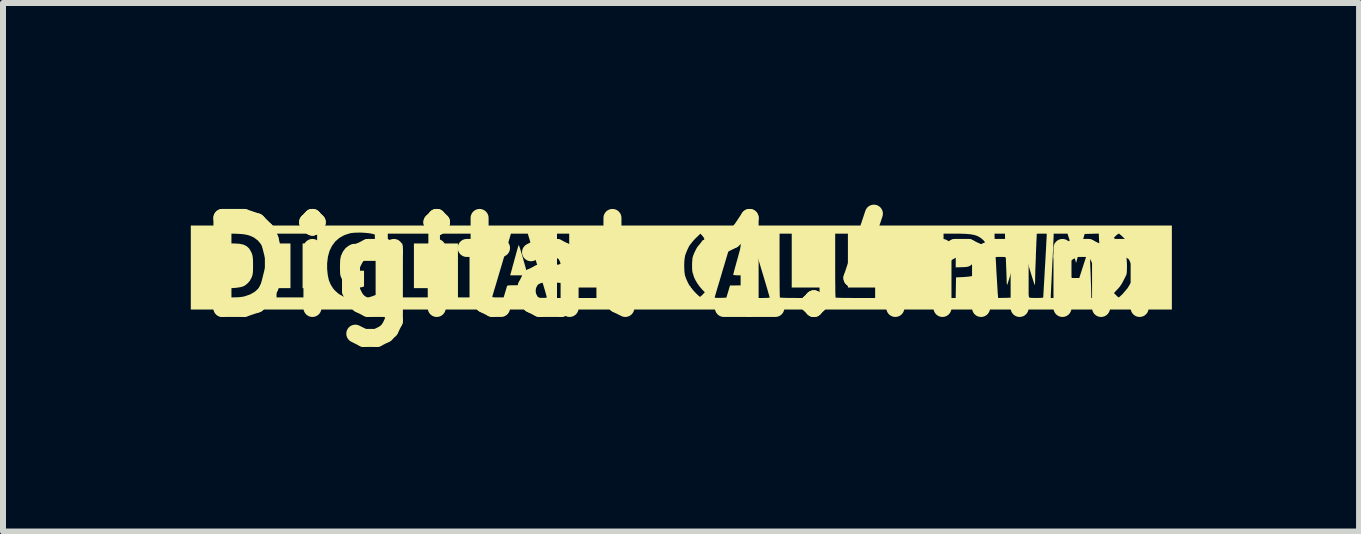
<source format=kicad_pcb>
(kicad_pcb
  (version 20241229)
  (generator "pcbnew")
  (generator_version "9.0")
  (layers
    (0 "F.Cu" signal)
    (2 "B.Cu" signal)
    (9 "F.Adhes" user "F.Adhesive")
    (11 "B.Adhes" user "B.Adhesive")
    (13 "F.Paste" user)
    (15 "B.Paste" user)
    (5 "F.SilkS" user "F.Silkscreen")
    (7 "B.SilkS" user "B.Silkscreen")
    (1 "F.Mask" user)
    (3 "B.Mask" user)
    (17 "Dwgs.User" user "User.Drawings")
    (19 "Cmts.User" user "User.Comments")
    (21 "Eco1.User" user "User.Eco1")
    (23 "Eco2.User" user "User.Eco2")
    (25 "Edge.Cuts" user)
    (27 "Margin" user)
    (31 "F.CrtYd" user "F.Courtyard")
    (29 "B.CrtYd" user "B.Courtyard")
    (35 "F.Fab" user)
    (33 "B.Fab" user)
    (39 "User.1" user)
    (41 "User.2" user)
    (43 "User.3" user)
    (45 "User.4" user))
  (footprint "Digital 1.4mm"
    (layer "F.Cu")
    (at 8.3 1.404)
    (property "Reference" "Digital 1.4mm" (at 0 0 0) (layer "F.SilkS") (effects (font (size 1.5 1.5) (thickness 0.3))))
    (attr board_only exclude_from_pos_files exclude_from_bom)
    (fp_poly (pts (xy 4.682 -0.394) (xy 4.731 -0.392) (xy 4.767 -0.388) (xy 4.793 -0.383) (xy 4.815 -0.373) (xy 4.827 -0.367) (xy 4.867 -0.339) (xy 4.893 -0.304) (xy 4.907 -0.26) (xy 4.911 -0.203) (xy 4.906 -0.143) (xy 4.89 -0.096) (xy 4.861 -0.058) (xy 4.826 -0.031) (xy 4.807 -0.019) (xy 4.787 -0.011) (xy 4.763 -0.006) (xy 4.729 -0.003) (xy 4.682 -0.001) (xy 4.578 0.002) (xy 4.578 -0.198) (xy 4.578 -0.398)) (stroke (width 0) (type solid)) (fill yes) (layer "F.SilkS"))
    (fp_poly (pts (xy -2.702 -0.365) (xy -2.694 -0.344) (xy -2.682 -0.309) (xy -2.667 -0.261) (xy -2.65 -0.204) (xy -2.631 -0.138) (xy -2.611 -0.067) (xy -2.59 0.008) (xy -2.57 0.084) (xy -2.563 0.113) (xy -2.557 0.135) (xy -2.702 0.135) (xy -2.848 0.135) (xy -2.828 0.065) (xy -2.819 0.033) (xy -2.807 -0.014) (xy -2.791 -0.07) (xy -2.775 -0.131) (xy -2.761 -0.179) (xy -2.746 -0.235) (xy -2.732 -0.285) (xy -2.72 -0.327) (xy -2.711 -0.356) (xy -2.707 -0.37)) (stroke (width 0) (type solid)) (fill yes) (layer "F.SilkS"))
    (fp_poly (pts (xy -7.357 -0.391) (xy -7.292 -0.377) (xy -7.24 -0.351) (xy -7.198 -0.313) (xy -7.167 -0.261) (xy -7.156 -0.237) (xy -7.147 -0.212) (xy -7.141 -0.188) (xy -7.137 -0.16) (xy -7.134 -0.125) (xy -7.133 -0.078) (xy -7.133 -0.034) (xy -7.133 0.024) (xy -7.134 0.067) (xy -7.137 0.099) (xy -7.141 0.125) (xy -7.148 0.148) (xy -7.155 0.168) (xy -7.187 0.227) (xy -7.231 0.276) (xy -7.281 0.312) (xy -7.307 0.322) (xy -7.339 0.331) (xy -7.382 0.338) (xy -7.429 0.344) (xy -7.444 0.345) (xy -7.533 0.351) (xy -7.533 -0.023) (xy -7.533 -0.396) (xy -7.438 -0.396)) (stroke (width 0) (type solid)) (fill yes) (layer "F.SilkS"))
    (fp_poly (pts (xy 1.014 -0.364) (xy 1.021 -0.339) (xy 1.032 -0.3) (xy 1.046 -0.252) (xy 1.062 -0.197) (xy 1.078 -0.139) (xy 1.094 -0.079) (xy 1.11 -0.022) (xy 1.124 0.03) (xy 1.136 0.073) (xy 1.144 0.106) (xy 1.149 0.125) (xy 1.149 0.128) (xy 1.14 0.13) (xy 1.115 0.133) (xy 1.078 0.134) (xy 1.031 0.135) (xy 1.009 0.135) (xy 0.955 0.135) (xy 0.912 0.133) (xy 0.882 0.13) (xy 0.87 0.127) (xy 0.869 0.126) (xy 0.872 0.114) (xy 0.879 0.087) (xy 0.889 0.046) (xy 0.903 -0.004) (xy 0.919 -0.062) (xy 0.926 -0.089) (xy 0.944 -0.152) (xy 0.96 -0.211) (xy 0.974 -0.263) (xy 0.986 -0.304) (xy 0.993 -0.331) (xy 0.995 -0.337) (xy 1.002 -0.361) (xy 1.008 -0.374) (xy 1.01 -0.374)) (stroke (width 0) (type solid)) (fill yes) (layer "F.SilkS"))
    (fp_poly (pts (xy 8.18 0.005) (xy 8.18 0.705) (xy 0.005 0.705) (xy -8.17 0.705) (xy -8.17 0.005) (xy -8.17 -0.56) (xy -7.726 -0.56) (xy -7.726 -0.029) (xy -7.726 0.502) (xy -7.535 0.502) (xy -7.464 0.502) (xy -7.408 0.501) (xy -7.364 0.499) (xy -7.329 0.495) (xy -7.298 0.49) (xy -7.268 0.483) (xy -7.181 0.453) (xy -7.107 0.411) (xy -7.048 0.359) (xy -6.998 0.296) (xy -6.961 0.226) (xy -6.936 0.145) (xy -6.921 0.051) (xy -6.918 0.005) (xy -6.919 -0.11) (xy -6.932 -0.212) (xy -6.959 -0.303) (xy -6.998 -0.38) (xy -7.049 -0.443) (xy -7.113 -0.492) (xy -7.138 -0.505) (xy -7.177 -0.523) (xy -7.219 -0.536) (xy -7.265 -0.546) (xy -7.318 -0.553) (xy -7.383 -0.557) (xy -7.462 -0.56) (xy -7.526 -0.56) (xy -7.726 -0.56) (xy -6.741 -0.56) (xy -6.741 -0.478) (xy -6.741 -0.396) (xy -6.625 -0.396) (xy -6.509 -0.396) (xy -6.509 -0.024) (xy -6.509 0.348) (xy -6.625 0.348) (xy -6.741 0.348) (xy -6.741 0.425) (xy -6.741 0.502) (xy -6.403 0.502) (xy -6.065 0.502) (xy -6.065 0.425) (xy -6.065 0.348) (xy -6.186 0.348) (xy -6.307 0.348) (xy -6.307 -0.024) (xy -6.307 -0.067) (xy -5.898 -0.067) (xy -5.898 0.029) (xy -5.888 0.128) (xy -5.87 0.213) (xy -5.84 0.286) (xy -5.8 0.351) (xy -5.768 0.388) (xy -5.705 0.444) (xy -5.634 0.484) (xy -5.553 0.511) (xy -5.461 0.523) (xy -5.356 0.523) (xy -5.256 0.511) (xy -5.212 0.502) (xy -5.166 0.49) (xy -5.142 0.482) (xy -5.09 0.462) (xy -5.09 0.178) (xy -5.09 -0.106) (xy -5.278 -0.106) (xy -5.466 -0.106) (xy -5.466 -0.03) (xy -5.466 0.046) (xy -5.43 0.052) (xy -5.399 0.055) (xy -5.36 0.057) (xy -5.338 0.058) (xy -5.283 0.058) (xy -5.283 0.189) (xy -5.283 0.319) (xy -5.308 0.329) (xy -5.33 0.334) (xy -5.365 0.338) (xy -5.404 0.339) (xy -5.407 0.339) (xy -5.482 0.334) (xy -5.543 0.314) (xy -5.593 0.28) (xy -5.634 0.23) (xy -5.653 0.194) (xy -5.665 0.168) (xy -5.674 0.146) (xy -5.679 0.124) (xy -5.682 0.097) (xy -5.683 0.061) (xy -5.684 0.011) (xy -5.684 -0.005) (xy -5.683 -0.067) (xy -5.681 -0.115) (xy -5.676 -0.152) (xy -5.669 -0.182) (xy -5.666 -0.193) (xy -5.634 -0.263) (xy -5.59 -0.32) (xy -5.534 -0.362) (xy -5.533 -0.362) (xy -5.51 -0.374) (xy -5.49 -0.383) (xy -5.468 -0.388) (xy -5.44 -0.39) (xy -5.401 -0.391) (xy -5.365 -0.391) (xy -5.273 -0.387) (xy -5.195 -0.375) (xy -5.125 -0.355) (xy -5.114 -0.351) (xy -5.107 -0.351) (xy -5.103 -0.358) (xy -5.101 -0.375) (xy -5.101 -0.406) (xy -5.101 -0.446) (xy -5.104 -0.546) (xy -5.152 -0.559) (xy -5.161 -0.56) (xy -4.887 -0.56) (xy -4.887 -0.478) (xy -4.887 -0.396) (xy -4.766 -0.396) (xy -4.645 -0.396) (xy -4.648 -0.027) (xy -4.65 0.343) (xy -4.769 0.346) (xy -4.887 0.348) (xy -4.887 0.425) (xy -4.887 0.502) (xy -4.549 0.502) (xy -4.211 0.502) (xy -4.211 0.425) (xy -4.211 0.348) (xy -4.332 0.348) (xy -4.452 0.348) (xy -4.452 -0.024) (xy -4.452 -0.396) (xy -4.332 -0.396) (xy -4.211 -0.396) (xy -4.211 -0.478) (xy -4.211 -0.56) (xy -4.018 -0.56) (xy -4.018 -0.478) (xy -4.018 -0.396) (xy -3.868 -0.396) (xy -3.718 -0.396) (xy -3.718 0.053) (xy -3.718 0.502) (xy -3.622 0.502) (xy -3.525 0.502) (xy -3.525 0.49) (xy -3.146 0.49) (xy -3.143 0.496) (xy -3.128 0.5) (xy -3.099 0.502) (xy -3.053 0.502) (xy -2.956 0.502) (xy -2.931 0.418) (xy -2.919 0.378) (xy -2.909 0.344) (xy -2.902 0.321) (xy -2.901 0.316) (xy -2.898 0.31) (xy -2.89 0.306) (xy -2.876 0.303) (xy -2.853 0.301) (xy -2.818 0.3) (xy -2.768 0.3) (xy -2.704 0.299) (xy -2.638 0.3) (xy -2.589 0.3) (xy -2.555 0.301) (xy -2.532 0.303) (xy -2.518 0.306) (xy -2.51 0.311) (xy -2.507 0.316) (xy -2.489 0.379) (xy -2.475 0.426) (xy -2.464 0.459) (xy -2.455 0.481) (xy -2.447 0.494) (xy -2.439 0.501) (xy -2.43 0.504) (xy -2.421 0.505) (xy -2.388 0.508) (xy -2.35 0.51) (xy -2.31 0.51) (xy -2.275 0.51) (xy -2.25 0.508) (xy -2.238 0.505) (xy -2.238 0.505) (xy -2.239 0.494) (xy -2.246 0.467) (xy -2.257 0.426) (xy -2.272 0.374) (xy -2.29 0.313) (xy -2.311 0.245) (xy -2.319 0.217) (xy -2.346 0.13) (xy -2.375 0.033) (xy -2.406 -0.067) (xy -2.435 -0.165) (xy -2.462 -0.254) (xy -2.479 -0.311) (xy -2.554 -0.56) (xy -2.067 -0.56) (xy -2.067 -0.024) (xy -2.067 0.512) (xy -1.738 0.512) (xy -1.41 0.512) (xy -1.41 0.505) (xy 0.56 0.505) (xy 0.569 0.508) (xy 0.593 0.51) (xy 0.629 0.51) (xy 0.658 0.51) (xy 0.755 0.507) (xy 0.786 0.406) (xy 0.816 0.304) (xy 1.006 0.302) (xy 1.197 0.299) (xy 1.217 0.369) (xy 1.229 0.409) (xy 1.24 0.448) (xy 1.248 0.475) (xy 1.248 0.476) (xy 1.259 0.512) (xy 1.368 0.512) (xy 1.412 0.511) (xy 1.447 0.51) (xy 1.47 0.507) (xy 1.478 0.505) (xy 1.475 0.494) (xy 1.467 0.467) (xy 1.455 0.425) (xy 1.439 0.369) (xy 1.419 0.301) (xy 1.396 0.224) (xy 1.37 0.137) (xy 1.342 0.044) (xy 1.32 -0.029) (xy 1.163 -0.555) (xy 1.019 -0.555) (xy 0.875 -0.555) (xy 0.718 -0.029) (xy 0.689 0.068) (xy 0.662 0.16) (xy 0.637 0.244) (xy 0.614 0.319) (xy 0.595 0.384) (xy 0.58 0.437) (xy 0.568 0.476) (xy 0.562 0.499) (xy 0.56 0.505) (xy -1.41 0.505) (xy -1.41 0.425) (xy -1.41 0.338) (xy -1.637 0.338) (xy -1.864 0.338) (xy -1.864 -0.04) (xy 0.053 -0.04) (xy 0.054 0.02) (xy 0.057 0.076) (xy 0.063 0.121) (xy 0.067 0.14) (xy 0.079 0.174) (xy 0.094 0.212) (xy 0.111 0.249) (xy 0.128 0.282) (xy 0.143 0.307) (xy 0.153 0.318) (xy 0.154 0.319) (xy 0.163 0.327) (xy 0.164 0.333) (xy 0.169 0.346) (xy 0.174 0.348) (xy 0.183 0.355) (xy 0.183 0.358) (xy 0.19 0.368) (xy 0.207 0.388) (xy 0.23 0.414) (xy 0.257 0.441) (xy 0.282 0.465) (xy 0.303 0.484) (xy 0.316 0.492) (xy 0.317 0.493) (xy 0.327 0.486) (xy 0.346 0.469) (xy 0.36 0.455) (xy 0.396 0.417) (xy 0.351 0.37) (xy 0.312 0.325) (xy 0.275 0.274) (xy 0.244 0.222) (xy 0.221 0.176) (xy 0.213 0.155) (xy 0.204 0.123) (xy 0.195 0.096) (xy 0.192 0.089) (xy 0.188 0.066) (xy 0.185 0.03) (xy 0.184 -0.015) (xy 0.184 -0.063) (xy 0.187 -0.109) (xy 0.19 -0.147) (xy 0.194 -0.168) (xy 0.205 -0.201) (xy 0.221 -0.24) (xy 0.24 -0.28) (xy 0.259 -0.316) (xy 0.275 -0.342) (xy 0.28 -0.348) (xy 0.296 -0.367) (xy 0.316 -0.391) (xy 0.336 -0.417) (xy 0.351 -0.437) (xy 0.356 -0.446) (xy 0.367 -0.453) (xy 0.372 -0.454) (xy 0.386 -0.46) (xy 0.387 -0.476) (xy 0.374 -0.501) (xy 0.359 -0.52) (xy 0.323 -0.56) (xy 0.265 -0.504) (xy 0.233 -0.473) (xy 0.203 -0.44) (xy 0.181 -0.413) (xy 0.179 -0.41) (xy 0.161 -0.387) (xy 0.148 -0.371) (xy 0.144 -0.367) (xy 0.136 -0.354) (xy 0.123 -0.328) (xy 0.107 -0.294) (xy 0.091 -0.257) (xy 0.077 -0.22) (xy 0.067 -0.191) (xy 0.067 -0.188) (xy 0.06 -0.15) (xy 0.055 -0.099) (xy 0.053 -0.04) (xy -1.864 -0.04) (xy -1.864 -0.111) (xy -1.864 -0.56) (xy 1.642 -0.56) (xy 1.642 -0.031) (xy 1.642 0.069) (xy 1.642 0.162) (xy 1.643 0.248) (xy 1.643 0.325) (xy 1.644 0.39) (xy 1.645 0.442) (xy 1.646 0.48) (xy 1.648 0.501) (xy 1.648 0.505) (xy 1.659 0.507) (xy 1.687 0.508) (xy 1.73 0.51) (xy 1.785 0.511) (xy 1.85 0.511) (xy 1.923 0.512) (xy 1.981 0.512) (xy 2.308 0.512) (xy 2.308 0.425) (xy 2.308 0.338) (xy 2.076 0.338) (xy 1.845 0.338) (xy 1.845 -0.111) (xy 1.845 -0.56) (xy 2.569 -0.56) (xy 2.569 -0.031) (xy 2.569 0.069) (xy 2.569 0.162) (xy 2.57 0.248) (xy 2.571 0.325) (xy 2.571 0.39) (xy 2.572 0.442) (xy 2.574 0.48) (xy 2.575 0.501) (xy 2.575 0.505) (xy 2.586 0.507) (xy 2.614 0.508) (xy 2.657 0.51) (xy 2.712 0.511) (xy 2.777 0.511) (xy 2.85 0.512) (xy 2.909 0.512) (xy 3.235 0.512) (xy 3.235 0.425) (xy 3.235 0.338) (xy 3.008 0.338) (xy 2.781 0.338) (xy 2.781 -0.111) (xy 2.781 -0.56) (xy 4.375 -0.56) (xy 4.375 -0.031) (xy 4.375 0.069) (xy 4.375 0.162) (xy 4.376 0.248) (xy 4.377 0.325) (xy 4.377 0.39) (xy 4.378 0.442) (xy 4.38 0.48) (xy 4.381 0.501) (xy 4.381 0.505) (xy 4.393 0.508) (xy 4.42 0.51) (xy 4.457 0.512) (xy 4.483 0.512) (xy 4.577 0.512) (xy 4.58 0.34) (xy 4.583 0.169) (xy 4.708 0.163) (xy 4.785 0.157) (xy 4.847 0.148) (xy 4.899 0.132) (xy 4.945 0.11) (xy 4.99 0.079) (xy 4.996 0.073) (xy 5.047 0.021) (xy 5.085 -0.041) (xy 5.111 -0.11) (xy 5.124 -0.183) (xy 5.124 -0.256) (xy 5.111 -0.326) (xy 5.085 -0.39) (xy 5.045 -0.445) (xy 5.032 -0.457) (xy 4.997 -0.487) (xy 4.96 -0.51) (xy 4.92 -0.528) (xy 4.917 -0.529) (xy 5.225 -0.529) (xy 5.225 -0.512) (xy 5.227 -0.477) (xy 5.229 -0.429) (xy 5.232 -0.368) (xy 5.236 -0.297) (xy 5.24 -0.219) (xy 5.245 -0.136) (xy 5.25 -0.051) (xy 5.254 0.035) (xy 5.259 0.119) (xy 5.264 0.199) (xy 5.268 0.271) (xy 5.272 0.335) (xy 5.275 0.386) (xy 5.277 0.424) (xy 5.279 0.442) (xy 5.285 0.512) (xy 5.396 0.51) (xy 5.508 0.507) (xy 5.564 0.324) (xy 5.582 0.263) (xy 5.599 0.206) (xy 5.614 0.155) (xy 5.625 0.115) (xy 5.632 0.089) (xy 5.632 0.089) (xy 5.639 0.06) (xy 5.646 0.04) (xy 5.649 0.034) (xy 5.653 0.042) (xy 5.662 0.066) (xy 5.675 0.103) (xy 5.69 0.152) (xy 5.708 0.209) (xy 5.721 0.254) (xy 5.74 0.318) (xy 5.758 0.376) (xy 5.773 0.425) (xy 5.785 0.463) (xy 5.794 0.488) (xy 5.796 0.495) (xy 5.802 0.502) (xy 5.814 0.507) (xy 5.834 0.51) (xy 5.866 0.511) (xy 5.914 0.512) (xy 5.921 0.512) (xy 6.162 0.512) (xy 6.243 0.512) (xy 6.324 0.512) (xy 6.329 0.452) (xy 6.331 0.426) (xy 6.333 0.385) (xy 6.335 0.331) (xy 6.337 0.266) (xy 6.339 0.194) (xy 6.341 0.117) (xy 6.341 0.097) (xy 6.343 0.019) (xy 6.345 -0.055) (xy 6.347 -0.123) (xy 6.35 -0.182) (xy 6.352 -0.229) (xy 6.353 -0.26) (xy 6.354 -0.266) (xy 6.36 -0.333) (xy 6.433 -0.077) (xy 6.507 0.179) (xy 6.572 0.179) (xy 6.637 0.179) (xy 6.72 -0.079) (xy 6.742 -0.146) (xy 6.761 -0.206) (xy 6.778 -0.257) (xy 6.792 -0.297) (xy 6.802 -0.323) (xy 6.807 -0.333) (xy 6.807 -0.334) (xy 6.808 -0.324) (xy 6.809 -0.297) (xy 6.811 -0.255) (xy 6.814 -0.202) (xy 6.816 -0.139) (xy 6.819 -0.069) (xy 6.822 0.006) (xy 6.825 0.083) (xy 6.828 0.16) (xy 6.83 0.235) (xy 6.833 0.304) (xy 6.835 0.366) (xy 6.836 0.419) (xy 6.837 0.459) (xy 6.837 0.476) (xy 6.838 0.512) (xy 6.925 0.512) (xy 7.012 0.512) (xy 7.011 0.471) (xy 7.011 0.453) (xy 7.01 0.418) (xy 7.007 0.368) (xy 7.004 0.305) (xy 7.001 0.231) (xy 6.997 0.148) (xy 6.992 0.058) (xy 6.988 -0.037) (xy 6.987 -0.039) (xy 6.983 -0.133) (xy 6.978 -0.222) (xy 6.974 -0.303) (xy 6.971 -0.376) (xy 6.968 -0.437) (xy 6.965 -0.485) (xy 6.965 -0.491) (xy 7.213 -0.491) (xy 7.247 -0.456) (xy 7.275 -0.427) (xy 7.302 -0.397) (xy 7.31 -0.388) (xy 7.331 -0.359) (xy 7.355 -0.318) (xy 7.38 -0.27) (xy 7.402 -0.221) (xy 7.419 -0.179) (xy 7.424 -0.152) (xy 7.428 -0.112) (xy 7.431 -0.064) (xy 7.432 -0.013) (xy 7.431 0.037) (xy 7.429 0.08) (xy 7.425 0.113) (xy 7.421 0.127) (xy 7.391 0.188) (xy 7.367 0.235) (xy 7.347 0.272) (xy 7.328 0.301) (xy 7.309 0.327) (xy 7.287 0.353) (xy 7.277 0.363) (xy 7.215 0.43) (xy 7.251 0.466) (xy 7.272 0.487) (xy 7.289 0.5) (xy 7.295 0.502) (xy 7.305 0.496) (xy 7.325 0.478) (xy 7.352 0.453) (xy 7.365 0.439) (xy 7.442 0.348) (xy 7.501 0.251) (xy 7.542 0.148) (xy 7.565 0.041) (xy 7.57 -0.068) (xy 7.56 -0.153) (xy 7.554 -0.187) (xy 7.547 -0.214) (xy 7.541 -0.226) (xy 7.535 -0.243) (xy 7.533 -0.258) (xy 7.53 -0.275) (xy 7.525 -0.28) (xy 7.517 -0.288) (xy 7.505 -0.309) (xy 7.497 -0.326) (xy 7.481 -0.358) (xy 7.464 -0.386) (xy 7.457 -0.395) (xy 7.443 -0.413) (xy 7.436 -0.424) (xy 7.436 -0.424) (xy 7.43 -0.435) (xy 7.412 -0.455) (xy 7.388 -0.48) (xy 7.361 -0.507) (xy 7.334 -0.532) (xy 7.312 -0.551) (xy 7.299 -0.56) (xy 7.297 -0.56) (xy 7.283 -0.554) (xy 7.261 -0.538) (xy 7.248 -0.526) (xy 7.213 -0.491) (xy 6.965 -0.491) (xy 6.964 -0.518) (xy 6.963 -0.534) (xy 6.963 -0.534) (xy 6.963 -0.561) (xy 6.845 -0.558) (xy 6.727 -0.555) (xy 6.667 -0.357) (xy 6.648 -0.296) (xy 6.631 -0.238) (xy 6.616 -0.187) (xy 6.604 -0.146) (xy 6.596 -0.12) (xy 6.595 -0.116) (xy 6.584 -0.072) (xy 6.57 -0.121) (xy 6.561 -0.153) (xy 6.549 -0.196) (xy 6.536 -0.242) (xy 6.532 -0.256) (xy 6.519 -0.303) (xy 6.502 -0.36) (xy 6.485 -0.419) (xy 6.475 -0.452) (xy 6.441 -0.56) (xy 6.325 -0.56) (xy 6.21 -0.56) (xy 6.21 -0.529) (xy 6.209 -0.513) (xy 6.208 -0.48) (xy 6.206 -0.432) (xy 6.203 -0.37) (xy 6.2 -0.297) (xy 6.196 -0.215) (xy 6.191 -0.126) (xy 6.186 -0.031) (xy 6.186 -0.019) (xy 6.181 0.076) (xy 6.177 0.166) (xy 6.173 0.248) (xy 6.169 0.322) (xy 6.166 0.384) (xy 6.164 0.433) (xy 6.162 0.467) (xy 6.162 0.484) (xy 6.162 0.485) (xy 6.162 0.512) (xy 5.921 0.512) (xy 5.965 0.511) (xy 6.002 0.51) (xy 6.027 0.507) (xy 6.036 0.505) (xy 6.036 0.505) (xy 6.037 0.494) (xy 6.038 0.466) (xy 6.041 0.422) (xy 6.044 0.364) (xy 6.048 0.295) (xy 6.053 0.215) (xy 6.058 0.127) (xy 6.063 0.032) (xy 6.065 0) (xy 6.071 -0.097) (xy 6.076 -0.189) (xy 6.081 -0.274) (xy 6.085 -0.35) (xy 6.088 -0.416) (xy 6.091 -0.468) (xy 6.093 -0.505) (xy 6.094 -0.526) (xy 6.094 -0.529) (xy 6.094 -0.56) (xy 6.012 -0.56) (xy 5.975 -0.56) (xy 5.946 -0.559) (xy 5.931 -0.558) (xy 5.929 -0.558) (xy 5.928 -0.545) (xy 5.927 -0.516) (xy 5.925 -0.472) (xy 5.922 -0.417) (xy 5.92 -0.353) (xy 5.917 -0.283) (xy 5.914 -0.209) (xy 5.912 -0.134) (xy 5.909 -0.061) (xy 5.906 0.008) (xy 5.904 0.071) (xy 5.903 0.124) (xy 5.902 0.165) (xy 5.901 0.191) (xy 5.901 0.192) (xy 5.901 0.235) (xy 5.899 0.269) (xy 5.897 0.29) (xy 5.894 0.296) (xy 5.89 0.285) (xy 5.881 0.259) (xy 5.868 0.218) (xy 5.851 0.166) (xy 5.833 0.106) (xy 5.812 0.038) (xy 5.809 0.026) (xy 5.73 -0.237) (xy 5.667 -0.239) (xy 5.603 -0.242) (xy 5.584 -0.182) (xy 5.575 -0.154) (xy 5.562 -0.111) (xy 5.545 -0.058) (xy 5.527 0.002) (xy 5.508 0.065) (xy 5.504 0.077) (xy 5.486 0.137) (xy 5.47 0.19) (xy 5.455 0.235) (xy 5.444 0.269) (xy 5.438 0.287) (xy 5.437 0.29) (xy 5.432 0.291) (xy 5.429 0.273) (xy 5.428 0.251) (xy 5.427 0.229) (xy 5.426 0.191) (xy 5.424 0.138) (xy 5.422 0.074) (xy 5.419 0.000315) (xy 5.416 -0.079) (xy 5.413 -0.155) (xy 5.41 -0.236) (xy 5.407 -0.313) (xy 5.404 -0.382) (xy 5.402 -0.44) (xy 5.4 -0.487) (xy 5.399 -0.519) (xy 5.399 -0.534) (xy 5.399 -0.56) (xy 5.312 -0.56) (xy 5.225 -0.56) (xy 5.225 -0.529) (xy 4.917 -0.529) (xy 4.874 -0.541) (xy 4.819 -0.55) (xy 4.752 -0.556) (xy 4.671 -0.559) (xy 4.585 -0.56) (xy 4.375 -0.56) (xy 2.781 -0.56) (xy 2.675 -0.56) (xy 2.569 -0.56) (xy 1.845 -0.56) (xy 1.743 -0.56) (xy 1.642 -0.56) (xy -1.864 -0.56) (xy -1.965 -0.56) (xy -2.067 -0.56) (xy -2.554 -0.56) (xy -2.694 -0.56) (xy -2.835 -0.56) (xy -2.988 -0.041) (xy -3.017 0.056) (xy -3.044 0.147) (xy -3.069 0.231) (xy -3.091 0.306) (xy -3.111 0.371) (xy -3.126 0.423) (xy -3.138 0.462) (xy -3.145 0.484) (xy -3.146 0.49) (xy -3.525 0.49) (xy -3.525 0.053) (xy -3.525 -0.396) (xy -3.375 -0.396) (xy -3.226 -0.396) (xy -3.226 -0.478) (xy -3.226 -0.56) (xy -3.622 -0.56) (xy -4.018 -0.56) (xy -4.211 -0.56) (xy -4.549 -0.56) (xy -4.887 -0.56) (xy -5.161 -0.56) (xy -5.198 -0.567) (xy -5.256 -0.573) (xy -5.322 -0.577) (xy -5.388 -0.577) (xy -5.45 -0.575) (xy -5.501 -0.569) (xy -5.518 -0.566) (xy -5.612 -0.535) (xy -5.693 -0.49) (xy -5.761 -0.431) (xy -5.816 -0.358) (xy -5.858 -0.273) (xy -5.885 -0.176) (xy -5.898 -0.067) (xy -6.307 -0.067) (xy -6.307 -0.396) (xy -6.186 -0.396) (xy -6.065 -0.396) (xy -6.065 -0.478) (xy -6.065 -0.56) (xy -6.403 -0.56) (xy -6.741 -0.56) (xy -7.726 -0.56) (xy -8.17 -0.56) (xy -8.17 -0.695) (xy 0.005 -0.695) (xy 8.18 -0.695)) (stroke (width 0) (type solid)) (fill yes) (layer "F.SilkS")))
  (gr_rect
    (start -3 -3)
    (end 19.6 5.808)
    (stroke (width 0.1) (type default))
    (fill no)
    (layer "Edge.Cuts")))
</source>
